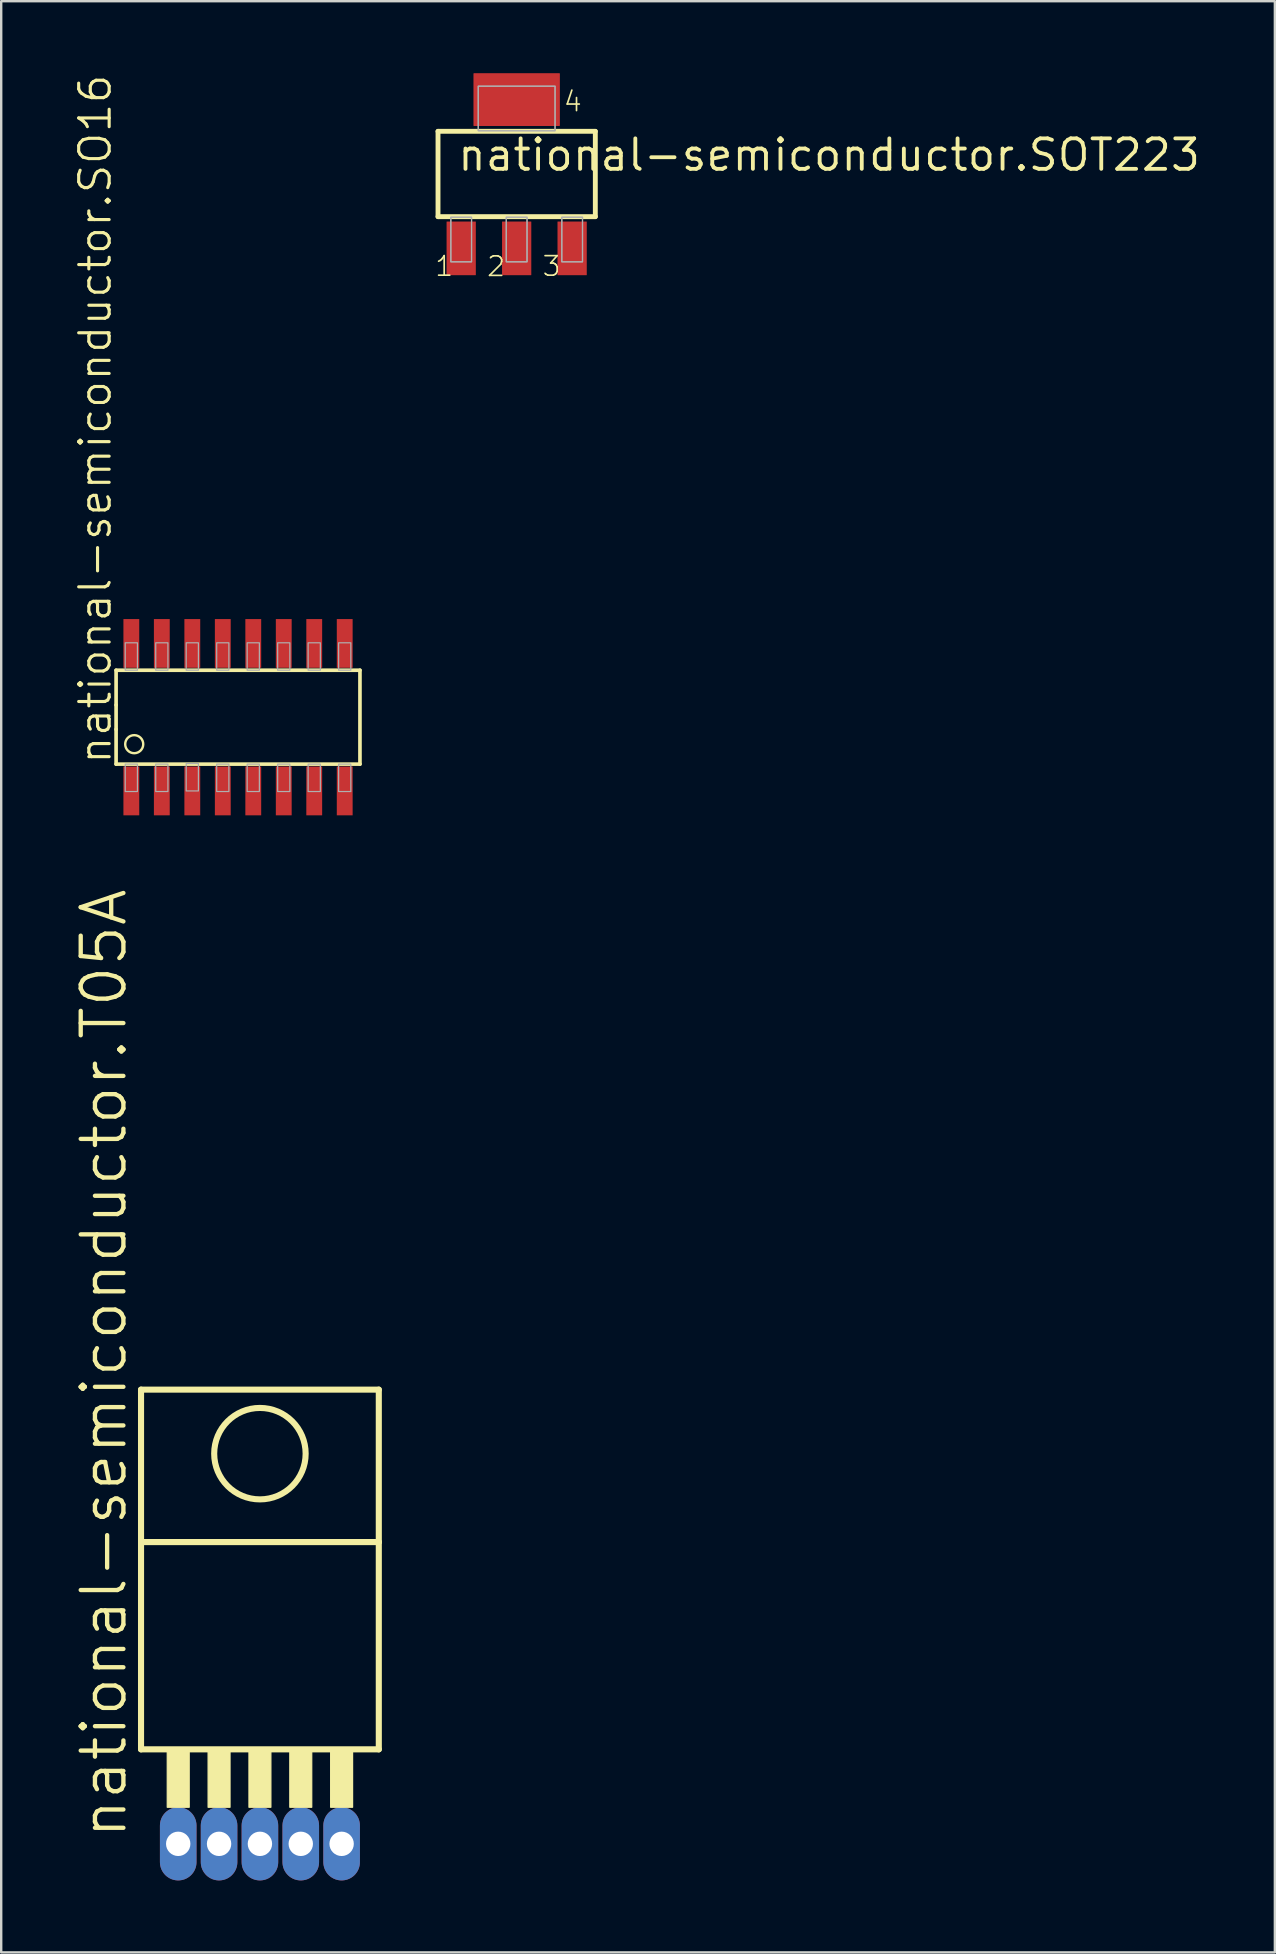
<source format=kicad_pcb>
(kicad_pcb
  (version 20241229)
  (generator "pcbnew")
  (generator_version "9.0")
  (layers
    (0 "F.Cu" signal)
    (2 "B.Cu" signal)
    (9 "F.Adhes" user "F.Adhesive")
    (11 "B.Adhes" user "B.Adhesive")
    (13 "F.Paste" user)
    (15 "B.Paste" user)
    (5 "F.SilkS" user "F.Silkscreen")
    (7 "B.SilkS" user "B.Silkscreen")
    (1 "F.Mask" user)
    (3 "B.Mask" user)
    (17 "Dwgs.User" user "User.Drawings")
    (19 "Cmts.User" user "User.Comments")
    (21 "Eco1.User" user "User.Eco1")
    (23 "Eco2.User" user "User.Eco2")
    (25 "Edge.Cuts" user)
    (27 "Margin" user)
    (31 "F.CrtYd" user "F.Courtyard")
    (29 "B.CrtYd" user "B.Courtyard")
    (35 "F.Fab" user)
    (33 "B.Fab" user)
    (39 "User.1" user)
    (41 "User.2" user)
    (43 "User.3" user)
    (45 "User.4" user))
  (footprint "national-semiconductor.T05A"
    (layer "F.Cu")
    (at 7.779 64.88)
    (property "Reference" "national-semiconductor.T05A" (at -5.461 8.763 90) (layer "F.SilkS") (effects (font (size 1.778 1.778) (thickness 0.18)) (justify left bottom)))
    (attr through_hole)
    (fp_line (start -4.953 -10.033) (end 4.953 -10.033) (stroke (width 0.254) (type default)) (layer "F.SilkS"))
    (fp_line (start -4.953 -3.683) (end -4.953 -10.033) (stroke (width 0.254) (type default)) (layer "F.SilkS"))
    (fp_line (start -4.953 -3.683) (end 4.953 -3.683) (stroke (width 0.254) (type default)) (layer "F.SilkS"))
    (fp_line (start -4.953 4.953) (end -4.953 -3.683) (stroke (width 0.254) (type default)) (layer "F.SilkS"))
    (fp_line (start 4.953 -10.033) (end 4.953 -3.683) (stroke (width 0.254) (type default)) (layer "F.SilkS"))
    (fp_line (start 4.953 -3.683) (end 4.953 4.953) (stroke (width 0.254) (type default)) (layer "F.SilkS"))
    (fp_line (start 4.953 4.953) (end -4.953 4.953) (stroke (width 0.254) (type default)) (layer "F.SilkS"))
    (fp_rect (start -3.861 7.366) (end -2.946 4.953) (stroke (width 0.05) (type default)) (fill yes) (layer "F.SilkS"))
    (fp_rect (start -2.159 7.366) (end -1.245 4.953) (stroke (width 0.05) (type default)) (fill yes) (layer "F.SilkS"))
    (fp_rect (start -0.457 7.366) (end 0.457 4.953) (stroke (width 0.05) (type default)) (fill yes) (layer "F.SilkS"))
    (fp_rect (start 1.245 7.366) (end 2.159 4.953) (stroke (width 0.05) (type default)) (fill yes) (layer "F.SilkS"))
    (fp_rect (start 2.946 7.366) (end 3.861 4.953) (stroke (width 0.05) (type default)) (fill yes) (layer "F.SilkS"))
    (fp_circle (center 0 -7.366) (end 1.905 -7.366) (stroke (width 0.254) (type default)) (fill no) (layer "F.SilkS"))
    (pad "1" thru_hole oval (at -3.404 8.89 90) (size 3.048 1.524) (drill 1.016) (layers "*.Cu" "*.Mask"))
    (pad "2" thru_hole oval (at -1.702 8.89 90) (size 3.048 1.524) (drill 1.016) (layers "*.Cu" "*.Mask"))
    (pad "3" thru_hole oval (at 0 8.89 90) (size 3.048 1.524) (drill 1.016) (layers "*.Cu" "*.Mask"))
    (pad "4" thru_hole oval (at 1.702 8.89 90) (size 3.048 1.524) (drill 1.016) (layers "*.Cu" "*.Mask"))
    (pad "5" thru_hole oval (at 3.404 8.89 90) (size 3.048 1.524) (drill 1.016) (layers "*.Cu" "*.Mask")))
  (footprint "national-semiconductor.SO16"
    (layer "F.Cu")
    (at 6.867 26.83)
    (property "Reference" "national-semiconductor.SO16" (at -5.207 2.032 90) (layer "F.SilkS") (effects (font (size 1.27 1.27) (thickness 0.13)) (justify left bottom)))
    (attr smd)
    (fp_line (start -5.08 -1.956) (end -5.08 -0.508) (stroke (width 0.152) (type default)) (layer "F.SilkS"))
    (fp_line (start -5.08 -0.508) (end -5.08 0.508) (stroke (width 0.152) (type default)) (layer "F.SilkS"))
    (fp_line (start -5.08 0.508) (end -5.08 1.956) (stroke (width 0.152) (type default)) (layer "F.SilkS"))
    (fp_line (start -5.08 1.956) (end 5.08 1.956) (stroke (width 0.152) (type default)) (layer "F.SilkS"))
    (fp_line (start 5.08 -1.956) (end -5.08 -1.956) (stroke (width 0.152) (type default)) (layer "F.SilkS"))
    (fp_line (start 5.08 1.956) (end 5.08 -1.956) (stroke (width 0.152) (type default)) (layer "F.SilkS"))
    (fp_circle (center -4.325 1.125) (end -3.949 1.125) (stroke (width 0.1) (type default)) (fill no) (layer "F.SilkS"))
    (fp_rect (start -4.699 -1.956) (end -4.191 -3.099) (stroke (width 0.05) (type default)) (fill no) (layer "F.Fab"))
    (fp_rect (start -4.699 3.099) (end -4.191 1.956) (stroke (width 0.05) (type default)) (fill no) (layer "F.Fab"))
    (fp_rect (start -3.429 -1.956) (end -2.921 -3.099) (stroke (width 0.05) (type default)) (fill no) (layer "F.Fab"))
    (fp_rect (start -3.429 3.099) (end -2.921 1.956) (stroke (width 0.05) (type default)) (fill no) (layer "F.Fab"))
    (fp_rect (start -2.159 -1.956) (end -1.651 -3.099) (stroke (width 0.05) (type default)) (fill no) (layer "F.Fab"))
    (fp_rect (start -2.159 3.073) (end -1.651 1.93) (stroke (width 0.05) (type default)) (fill no) (layer "F.Fab"))
    (fp_rect (start -0.889 -1.956) (end -0.381 -3.099) (stroke (width 0.05) (type default)) (fill no) (layer "F.Fab"))
    (fp_rect (start -0.889 3.099) (end -0.381 1.956) (stroke (width 0.05) (type default)) (fill no) (layer "F.Fab"))
    (fp_rect (start 0.381 -1.956) (end 0.889 -3.099) (stroke (width 0.05) (type default)) (fill no) (layer "F.Fab"))
    (fp_rect (start 0.381 3.099) (end 0.889 1.956) (stroke (width 0.05) (type default)) (fill no) (layer "F.Fab"))
    (fp_rect (start 1.651 -1.956) (end 2.159 -3.099) (stroke (width 0.05) (type default)) (fill no) (layer "F.Fab"))
    (fp_rect (start 1.651 3.099) (end 2.159 1.956) (stroke (width 0.05) (type default)) (fill no) (layer "F.Fab"))
    (fp_rect (start 2.921 -1.956) (end 3.429 -3.099) (stroke (width 0.05) (type default)) (fill no) (layer "F.Fab"))
    (fp_rect (start 2.921 3.099) (end 3.429 1.956) (stroke (width 0.05) (type default)) (fill no) (layer "F.Fab"))
    (fp_rect (start 4.191 -1.956) (end 4.699 -3.099) (stroke (width 0.05) (type default)) (fill no) (layer "F.Fab"))
    (fp_rect (start 4.191 3.099) (end 4.699 1.956) (stroke (width 0.05) (type default)) (fill no) (layer "F.Fab"))
    (pad "1" smd roundrect (at -4.445 3.073) (size 0.66 2.032) (layers "F.Cu" "F.Mask" "F.Paste") (roundrect_rratio 0.01))
    (pad "2" smd roundrect (at -3.175 3.073) (size 0.66 2.032) (layers "F.Cu" "F.Mask" "F.Paste") (roundrect_rratio 0.01))
    (pad "3" smd roundrect (at -1.905 3.073) (size 0.66 2.032) (layers "F.Cu" "F.Mask" "F.Paste") (roundrect_rratio 0.01))
    (pad "4" smd roundrect (at -0.635 3.073) (size 0.66 2.032) (layers "F.Cu" "F.Mask" "F.Paste") (roundrect_rratio 0.01))
    (pad "5" smd roundrect (at 0.635 3.073) (size 0.66 2.032) (layers "F.Cu" "F.Mask" "F.Paste") (roundrect_rratio 0.01))
    (pad "6" smd roundrect (at 1.905 3.073) (size 0.66 2.032) (layers "F.Cu" "F.Mask" "F.Paste") (roundrect_rratio 0.01))
    (pad "7" smd roundrect (at 3.175 3.073) (size 0.66 2.032) (layers "F.Cu" "F.Mask" "F.Paste") (roundrect_rratio 0.01))
    (pad "8" smd roundrect (at 4.445 3.073) (size 0.66 2.032) (layers "F.Cu" "F.Mask" "F.Paste") (roundrect_rratio 0.01))
    (pad "9" smd roundrect (at 4.445 -3.073) (size 0.66 2.032) (layers "F.Cu" "F.Mask" "F.Paste") (roundrect_rratio 0.01))
    (pad "10" smd roundrect (at 3.175 -3.073) (size 0.66 2.032) (layers "F.Cu" "F.Mask" "F.Paste") (roundrect_rratio 0.01))
    (pad "11" smd roundrect (at 1.905 -3.073) (size 0.66 2.032) (layers "F.Cu" "F.Mask" "F.Paste") (roundrect_rratio 0.01))
    (pad "12" smd roundrect (at 0.635 -3.073) (size 0.66 2.032) (layers "F.Cu" "F.Mask" "F.Paste") (roundrect_rratio 0.01))
    (pad "13" smd roundrect (at -0.635 -3.073) (size 0.66 2.032) (layers "F.Cu" "F.Mask" "F.Paste") (roundrect_rratio 0.01))
    (pad "14" smd roundrect (at -1.905 -3.073) (size 0.66 2.032) (layers "F.Cu" "F.Mask" "F.Paste") (roundrect_rratio 0.01))
    (pad "15" smd roundrect (at -3.175 -3.073) (size 0.66 2.032) (layers "F.Cu" "F.Mask" "F.Paste") (roundrect_rratio 0.01))
    (pad "16" smd roundrect (at -4.445 -3.073) (size 0.66 2.032) (layers "F.Cu" "F.Mask" "F.Paste") (roundrect_rratio 0.01)))
  (footprint "national-semiconductor.SOT223"
    (layer "F.Cu")
    (at 18.476 4.199)
    (property "Reference" "national-semiconductor.SOT223" (at -2.54 -0.051 0) (layer "F.SilkS") (effects (font (size 1.27 1.27) (thickness 0.16)) (justify left bottom)))
    (attr smd)
    (fp_line (start -3.277 -1.778) (end 3.277 -1.778) (stroke (width 0.203) (type default)) (layer "F.SilkS"))
    (fp_line (start -3.277 1.778) (end -3.277 -1.778) (stroke (width 0.203) (type default)) (layer "F.SilkS"))
    (fp_line (start 3.277 -1.778) (end 3.277 1.778) (stroke (width 0.203) (type default)) (layer "F.SilkS"))
    (fp_line (start 3.277 1.778) (end -3.277 1.778) (stroke (width 0.203) (type default)) (layer "F.SilkS"))
    (fp_rect (start -2.743 3.658) (end -1.88 1.803) (stroke (width 0.05) (type default)) (fill no) (layer "F.Fab"))
    (fp_rect (start -2.743 3.658) (end -1.88 1.803) (stroke (width 0.05) (type default)) (fill no) (layer "F.Fab"))
    (fp_rect (start -1.6 -1.803) (end 1.6 -3.658) (stroke (width 0.05) (type default)) (fill no) (layer "F.Fab"))
    (fp_rect (start -1.6 -1.803) (end 1.6 -3.658) (stroke (width 0.05) (type default)) (fill no) (layer "F.Fab"))
    (fp_rect (start -0.432 3.658) (end 0.432 1.803) (stroke (width 0.05) (type default)) (fill no) (layer "F.Fab"))
    (fp_rect (start -0.432 3.658) (end 0.432 1.803) (stroke (width 0.05) (type default)) (fill no) (layer "F.Fab"))
    (fp_rect (start 1.88 3.658) (end 2.743 1.803) (stroke (width 0.05) (type default)) (fill no) (layer "F.Fab"))
    (fp_rect (start 1.88 3.658) (end 2.743 1.803) (stroke (width 0.05) (type default)) (fill no) (layer "F.Fab"))
    (fp_text user "2" (at -1.291 4.327 0) (layer "F.SilkS") (effects (font (size 0.813 0.813) (thickness 0.07)) (justify left bottom)))
    (fp_text user "1" (at -3.453 4.318 0) (layer "F.SilkS") (effects (font (size 0.813 0.813) (thickness 0.07)) (justify left bottom)))
    (fp_text user "3" (at 1.021 4.318 0) (layer "F.SilkS") (effects (font (size 0.813 0.813) (thickness 0.07)) (justify left bottom)))
    (fp_text user "4" (at 1.905 -2.54 0) (layer "F.SilkS") (effects (font (size 0.813 0.813) (thickness 0.07)) (justify left bottom)))
    (pad "1" smd roundrect (at -2.311 3.099) (size 1.219 2.235) (layers "F.Cu" "F.Mask" "F.Paste") (roundrect_rratio 0.01))
    (pad "2" smd roundrect (at 0 3.099) (size 1.219 2.235) (layers "F.Cu" "F.Mask" "F.Paste") (roundrect_rratio 0.01))
    (pad "3" smd roundrect (at 2.311 3.099) (size 1.219 2.235) (layers "F.Cu" "F.Mask" "F.Paste") (roundrect_rratio 0.01))
    (pad "4" smd roundrect (at 0 -3.099) (size 3.6 2.2) (layers "F.Cu" "F.Mask" "F.Paste") (roundrect_rratio 0.01)))
  (gr_rect
    (start -3 -3)
    (end 50.065 78.294)
    (stroke (width 0.1) (type default))
    (fill no)
    (layer "Edge.Cuts")))
</source>
